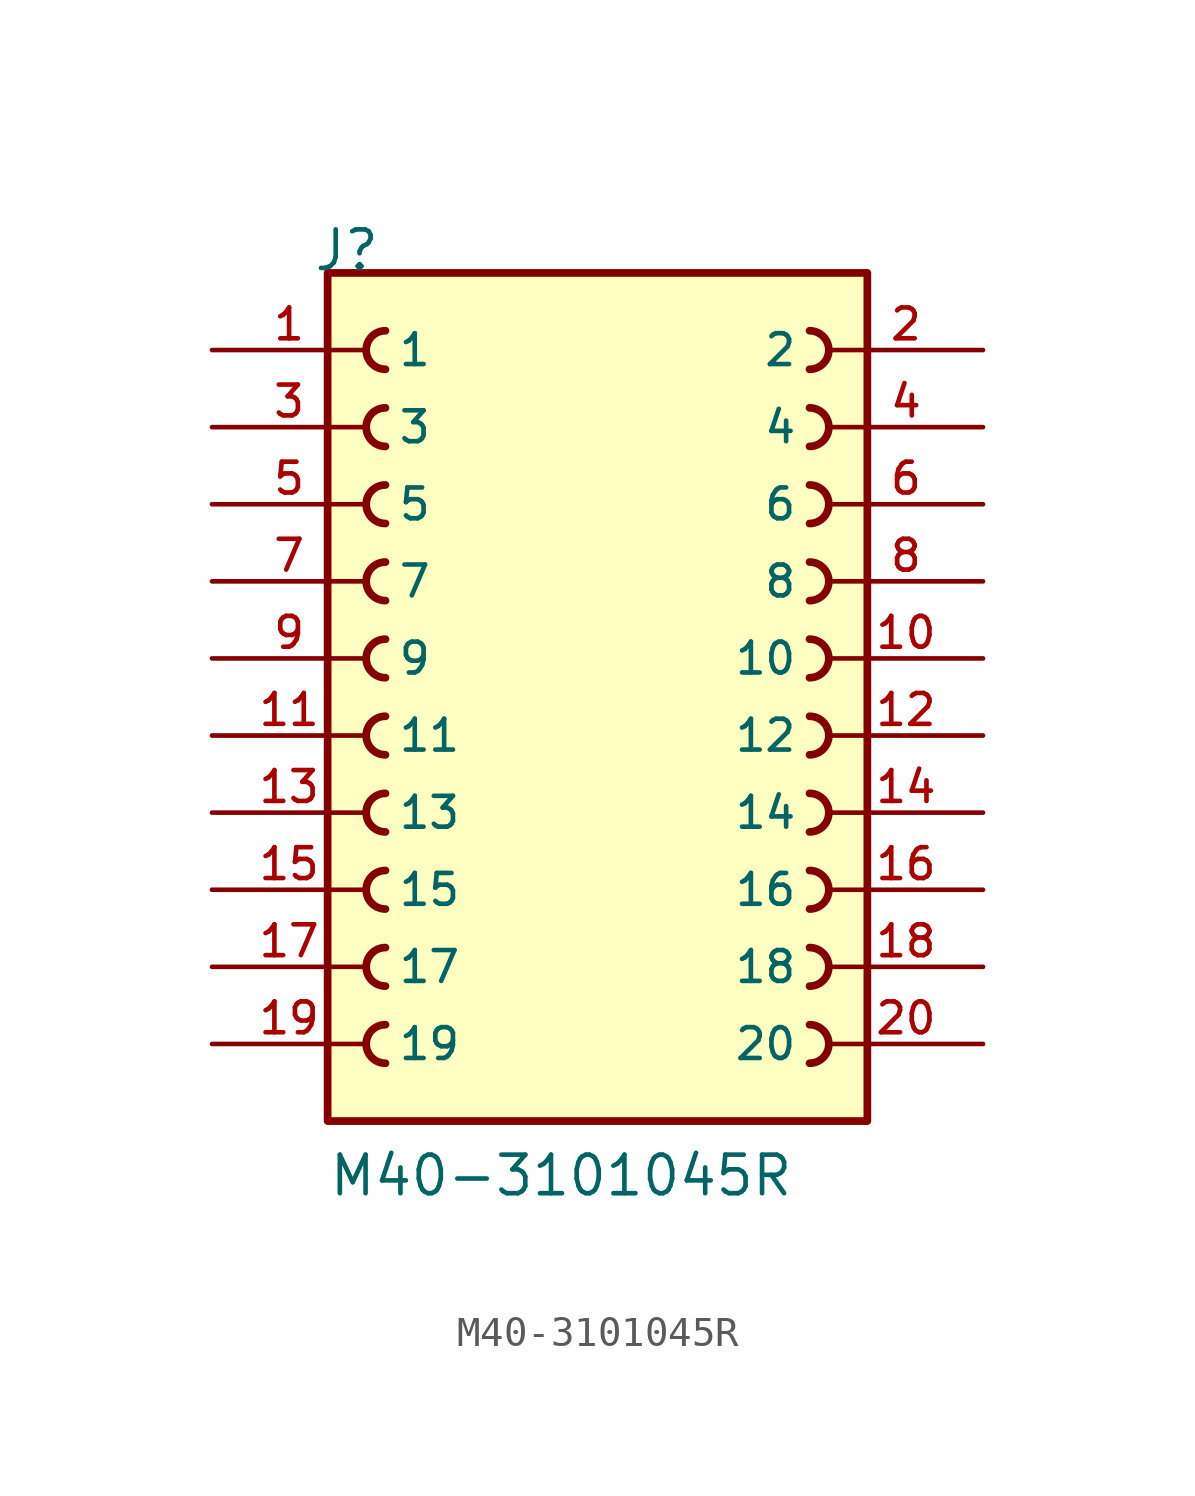
<source format=kicad_sym>
(kicad_symbol_lib
  (version 20211014)
  (generator kicad_symbol_editor)
  (symbol "M40-3101045R"
    (pin_names
      (offset 1.016))
    (property "Reference" "J"
      (at -9.39 15.24 0)
      (effects (font (size 1.27 1.27)) (justify bottom left)))
    (property "Value" "M40-3101045R"
      (at -8.89 -15.24 0)
      (effects (font (size 1.27 1.27)) (justify bottom left)))
    (symbol "M40-3101045R_0_0"
      (arc (start -6.985 13.335) (mid -7.62 12.7) (end -6.985 12.065) (stroke (width 0.254) (type default) (color 0 0 0 0)) (fill (type none)))
      (arc (start 6.985 12.065) (mid 7.62 12.7) (end 6.985 13.335) (stroke (width 0.254) (type default) (color 0 0 0 0)) (fill (type none)))
      (arc (start -6.985 10.795) (mid -7.62 10.16) (end -6.985 9.525) (stroke (width 0.254) (type default) (color 0 0 0 0)) (fill (type none)))
      (arc (start 6.985 9.525) (mid 7.62 10.16) (end 6.985 10.795) (stroke (width 0.254) (type default) (color 0 0 0 0)) (fill (type none)))
      (arc (start -6.985 8.255) (mid -7.62 7.62) (end -6.985 6.985) (stroke (width 0.254) (type default) (color 0 0 0 0)) (fill (type none)))
      (arc (start 6.985 6.985) (mid 7.62 7.62) (end 6.985 8.255) (stroke (width 0.254) (type default) (color 0 0 0 0)) (fill (type none)))
      (arc (start -6.985 5.715) (mid -7.62 5.08) (end -6.985 4.445) (stroke (width 0.254) (type default) (color 0 0 0 0)) (fill (type none)))
      (arc (start 6.985 4.445) (mid 7.62 5.08) (end 6.985 5.715) (stroke (width 0.254) (type default) (color 0 0 0 0)) (fill (type none)))
      (arc (start -6.985 3.175) (mid -7.62 2.54) (end -6.985 1.905) (stroke (width 0.254) (type default) (color 0 0 0 0)) (fill (type none)))
      (arc (start 6.985 1.905) (mid 7.62 2.54) (end 6.985 3.175) (stroke (width 0.254) (type default) (color 0 0 0 0)) (fill (type none)))
      (arc (start -6.985 0.635) (mid -7.62 -0.0) (end -6.985 -0.635) (stroke (width 0.254) (type default) (color 0 0 0 0)) (fill (type none)))
      (arc (start 6.985 -0.635) (mid 7.62 0.0) (end 6.985 0.635) (stroke (width 0.254) (type default) (color 0 0 0 0)) (fill (type none)))
      (arc (start -6.985 -1.905) (mid -7.62 -2.54) (end -6.985 -3.175) (stroke (width 0.254) (type default) (color 0 0 0 0)) (fill (type none)))
      (arc (start 6.985 -3.175) (mid 7.62 -2.54) (end 6.985 -1.905) (stroke (width 0.254) (type default) (color 0 0 0 0)) (fill (type none)))
      (arc (start -6.985 -4.445) (mid -7.62 -5.08) (end -6.985 -5.715) (stroke (width 0.254) (type default) (color 0 0 0 0)) (fill (type none)))
      (arc (start 6.985 -5.715) (mid 7.62 -5.08) (end 6.985 -4.445) (stroke (width 0.254) (type default) (color 0 0 0 0)) (fill (type none)))
      (arc (start -6.985 -6.985) (mid -7.62 -7.62) (end -6.985 -8.255) (stroke (width 0.254) (type default) (color 0 0 0 0)) (fill (type none)))
      (arc (start 6.985 -8.255) (mid 7.62 -7.62) (end 6.985 -6.985) (stroke (width 0.254) (type default) (color 0 0 0 0)) (fill (type none)))
      (arc (start -6.985 -9.525) (mid -7.62 -10.16) (end -6.985 -10.795) (stroke (width 0.254) (type default) (color 0 0 0 0)) (fill (type none)))
      (arc (start 6.985 -10.795) (mid 7.62 -10.16) (end 6.985 -9.525) (stroke (width 0.254) (type default) (color 0 0 0 0)) (fill (type none)))
      (rectangle (start -8.89 -12.7) (end 8.89 15.24) (stroke (width 0.254)) (fill (type background)))
      (pin passive line (at -12.7 12.7 0) (length 5.08) (name "1" (effects (font (size 1.016 1.016)))) (number "1" (effects (font (size 1.016 1.016)))))
      (pin passive line (at 12.7 12.7 180.0) (length 5.08) (name "2" (effects (font (size 1.016 1.016)))) (number "2" (effects (font (size 1.016 1.016)))))
      (pin passive line (at -12.7 10.16 0) (length 5.08) (name "3" (effects (font (size 1.016 1.016)))) (number "3" (effects (font (size 1.016 1.016)))))
      (pin passive line (at 12.7 10.16 180.0) (length 5.08) (name "4" (effects (font (size 1.016 1.016)))) (number "4" (effects (font (size 1.016 1.016)))))
      (pin passive line (at -12.7 7.62 0) (length 5.08) (name "5" (effects (font (size 1.016 1.016)))) (number "5" (effects (font (size 1.016 1.016)))))
      (pin passive line (at 12.7 7.62 180.0) (length 5.08) (name "6" (effects (font (size 1.016 1.016)))) (number "6" (effects (font (size 1.016 1.016)))))
      (pin passive line (at -12.7 5.08 0) (length 5.08) (name "7" (effects (font (size 1.016 1.016)))) (number "7" (effects (font (size 1.016 1.016)))))
      (pin passive line (at 12.7 5.08 180.0) (length 5.08) (name "8" (effects (font (size 1.016 1.016)))) (number "8" (effects (font (size 1.016 1.016)))))
      (pin passive line (at -12.7 2.54 0) (length 5.08) (name "9" (effects (font (size 1.016 1.016)))) (number "9" (effects (font (size 1.016 1.016)))))
      (pin passive line (at 12.7 2.54 180.0) (length 5.08) (name "10" (effects (font (size 1.016 1.016)))) (number "10" (effects (font (size 1.016 1.016)))))
      (pin passive line (at -12.7 0.0 0) (length 5.08) (name "11" (effects (font (size 1.016 1.016)))) (number "11" (effects (font (size 1.016 1.016)))))
      (pin passive line (at 12.7 0.0 180.0) (length 5.08) (name "12" (effects (font (size 1.016 1.016)))) (number "12" (effects (font (size 1.016 1.016)))))
      (pin passive line (at -12.7 -2.54 0) (length 5.08) (name "13" (effects (font (size 1.016 1.016)))) (number "13" (effects (font (size 1.016 1.016)))))
      (pin passive line (at 12.7 -2.54 180.0) (length 5.08) (name "14" (effects (font (size 1.016 1.016)))) (number "14" (effects (font (size 1.016 1.016)))))
      (pin passive line (at -12.7 -5.08 0) (length 5.08) (name "15" (effects (font (size 1.016 1.016)))) (number "15" (effects (font (size 1.016 1.016)))))
      (pin passive line (at 12.7 -5.08 180.0) (length 5.08) (name "16" (effects (font (size 1.016 1.016)))) (number "16" (effects (font (size 1.016 1.016)))))
      (pin passive line (at -12.7 -7.62 0) (length 5.08) (name "17" (effects (font (size 1.016 1.016)))) (number "17" (effects (font (size 1.016 1.016)))))
      (pin passive line (at 12.7 -7.62 180.0) (length 5.08) (name "18" (effects (font (size 1.016 1.016)))) (number "18" (effects (font (size 1.016 1.016)))))
      (pin passive line (at -12.7 -10.16 0) (length 5.08) (name "19" (effects (font (size 1.016 1.016)))) (number "19" (effects (font (size 1.016 1.016)))))
      (pin passive line (at 12.7 -10.16 180.0) (length 5.08) (name "20" (effects (font (size 1.016 1.016)))) (number "20" (effects (font (size 1.016 1.016))))))))
</source>
